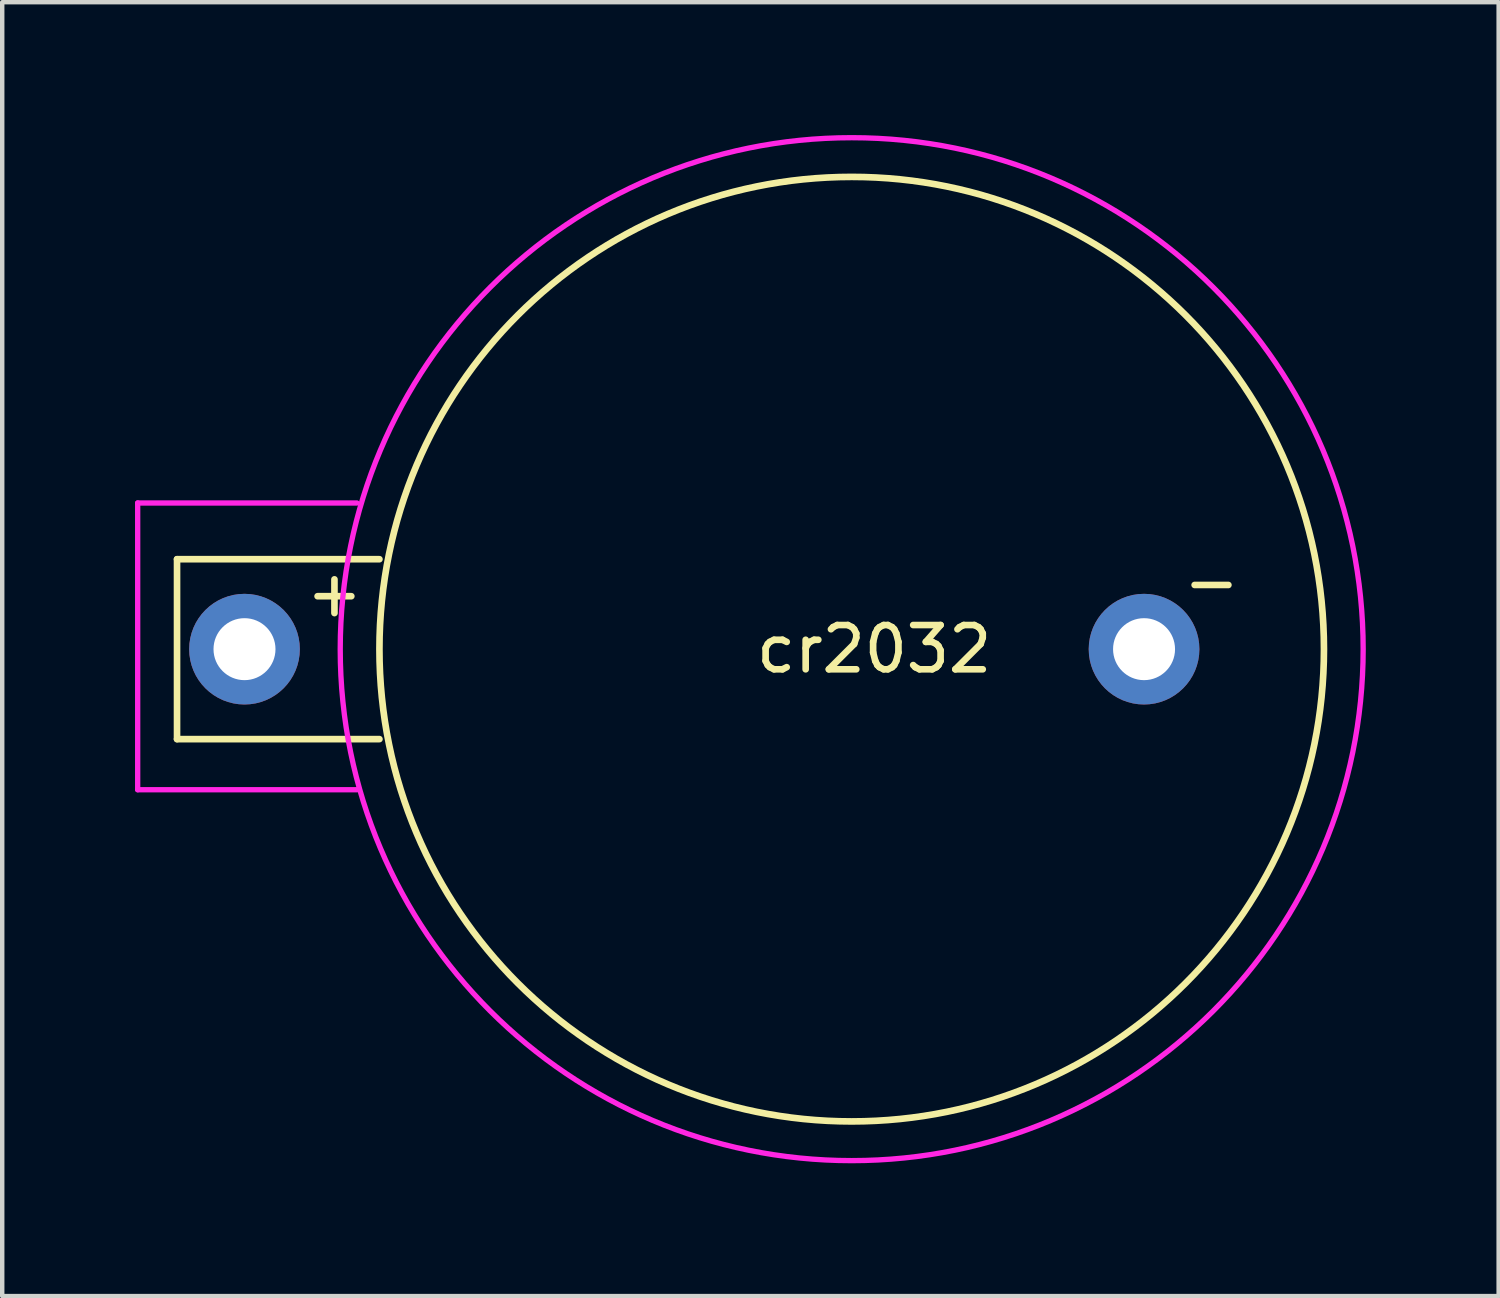
<source format=kicad_pcb>
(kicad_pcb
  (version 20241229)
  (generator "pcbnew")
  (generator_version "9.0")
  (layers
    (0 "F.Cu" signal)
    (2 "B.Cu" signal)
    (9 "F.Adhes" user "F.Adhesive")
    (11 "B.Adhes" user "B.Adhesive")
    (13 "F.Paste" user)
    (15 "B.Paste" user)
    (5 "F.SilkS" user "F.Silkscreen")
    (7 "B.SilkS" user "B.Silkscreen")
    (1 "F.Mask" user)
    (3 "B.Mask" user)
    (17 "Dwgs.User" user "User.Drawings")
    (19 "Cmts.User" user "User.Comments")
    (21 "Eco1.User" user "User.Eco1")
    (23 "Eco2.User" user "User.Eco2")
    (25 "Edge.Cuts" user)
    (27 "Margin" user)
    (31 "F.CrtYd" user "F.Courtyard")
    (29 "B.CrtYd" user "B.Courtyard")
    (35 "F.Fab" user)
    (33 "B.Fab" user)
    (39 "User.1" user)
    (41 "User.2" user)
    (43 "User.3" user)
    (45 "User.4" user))
  (footprint "cr2032"
    (layer "F.Cu")
    (at 2.473 11.614)
    (property "Reference" "cr2032" (at 14.224 0 0) (layer "F.SilkS") (effects (font (size 1 1) (thickness 0.15))))
    (attr through_hole)
    (fp_line (start -1.524 -2.032) (end -1.524 2.032) (stroke (width 0.15) (type solid)) (layer "F.SilkS"))
    (fp_line (start -1.524 -2.032) (end 3.048 -2.032) (stroke (width 0.15) (type solid)) (layer "F.SilkS"))
    (fp_line (start -1.524 2.032) (end 3.048 2.032) (stroke (width 0.15) (type solid)) (layer "F.SilkS"))
    (fp_circle (center 13.716 0) (end 24.384 0) (stroke (width 0.15) (type solid)) (fill no) (layer "F.SilkS"))
    (fp_line (start -2.413 -3.302) (end -2.413 3.175) (stroke (width 0.12) (type solid)) (layer "F.CrtYd"))
    (fp_line (start -2.413 3.175) (end 2.54 3.175) (stroke (width 0.12) (type solid)) (layer "F.CrtYd"))
    (fp_line (start 2.54 -3.302) (end -2.413 -3.302) (stroke (width 0.12) (type solid)) (layer "F.CrtYd"))
    (fp_circle (center 13.716 0) (end 23.368 6.35) (stroke (width 0.12) (type solid)) (fill no) (layer "F.CrtYd"))
    (fp_text user "+" (at 2.032 -1.27 0) (layer "F.SilkS") (effects (font (size 1 1) (thickness 0.15))))
    (fp_text user "-" (at 21.844 -1.524 0) (layer "F.SilkS") (effects (font (size 1 1) (thickness 0.15))))
    (pad "1" thru_hole circle (at 0 0) (size 2.5 2.5) (drill 1.4) (layers "*.Cu" "*.Mask"))
    (pad "2" thru_hole circle (at 20.32 0) (size 2.5 2.5) (drill 1.4) (layers "*.Cu" "*.Mask")))
  (gr_rect
    (start -3 -3)
    (end 30.803 26.227)
    (stroke (width 0.1) (type default))
    (fill no)
    (layer "Edge.Cuts")))
</source>
